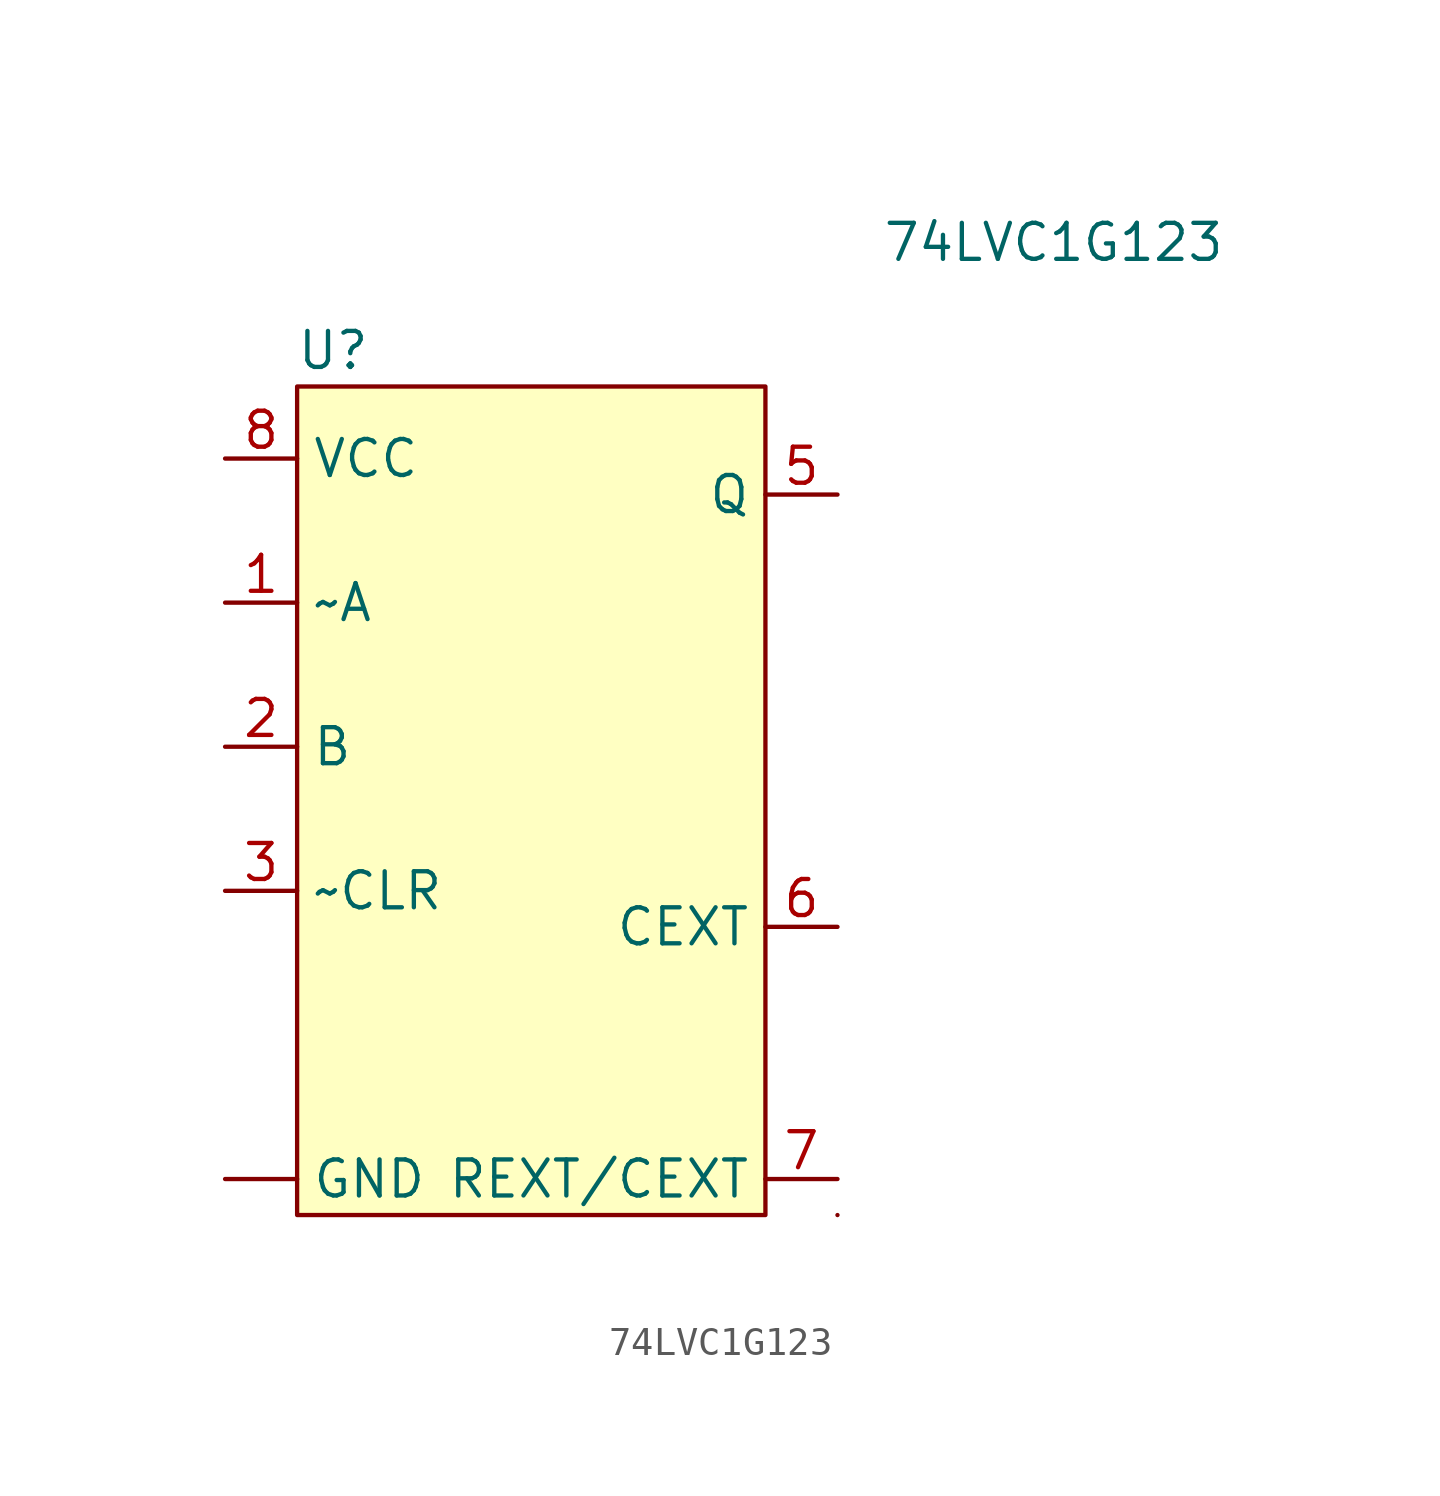
<source format=kicad_sym>
(kicad_symbol_lib
  (version 20210619)
  (generator kicad_symbol_editor)
  (symbol "74LVC1G123:74LVC1G123"
    (property "Reference" "U"
      (at -6.35 12.7 0)
      (effects (font (size 1.27 1.27))))
    (property "Value" "74LVC1G123"
      (at 19.05 16.51 0)
      (effects (font (size 1.27 1.27))))
    (symbol "74LVC1G123_0_1"
      (rectangle (start 11.43 -17.78) (end 11.43 -17.78) (stroke (width 0.152)) (fill (type none)))
      (rectangle (start -7.62 11.43) (end 8.89 -17.78) (stroke (width 0.152)) (fill (type background))))
    (symbol "74LVC1G123_1_1"
      (pin power_in line (at -10.16 -16.51 0) (length 2.54) (name "GND" (effects (font (size 1.27 1.27)))) (number "" (effects (font (size 1.27 1.27)))))
      (pin input line (at -10.16 3.81 0) (length 2.54) (name "~A" (effects (font (size 1.27 1.27)))) (number "1" (effects (font (size 1.27 1.27)))))
      (pin input line (at -10.16 -1.27 0) (length 2.54) (name "B" (effects (font (size 1.27 1.27)))) (number "2" (effects (font (size 1.27 1.27)))))
      (pin input line (at -10.16 -6.35 0) (length 2.54) (name "~CLR" (effects (font (size 1.27 1.27)))) (number "3" (effects (font (size 1.27 1.27)))))
      (pin output line (at 11.43 7.62 180) (length 2.54) (name "Q" (effects (font (size 1.27 1.27)))) (number "5" (effects (font (size 1.27 1.27)))))
      (pin bidirectional line (at 11.43 -7.62 180) (length 2.54) (name "CEXT" (effects (font (size 1.27 1.27)))) (number "6" (effects (font (size 1.27 1.27)))))
      (pin bidirectional line (at 11.43 -16.51 180) (length 2.54) (name "REXT/CEXT" (effects (font (size 1.27 1.27)))) (number "7" (effects (font (size 1.27 1.27)))))
      (pin power_in line (at -10.16 8.89 0) (length 2.54) (name "VCC" (effects (font (size 1.27 1.27)))) (number "8" (effects (font (size 1.27 1.27))))))))
</source>
